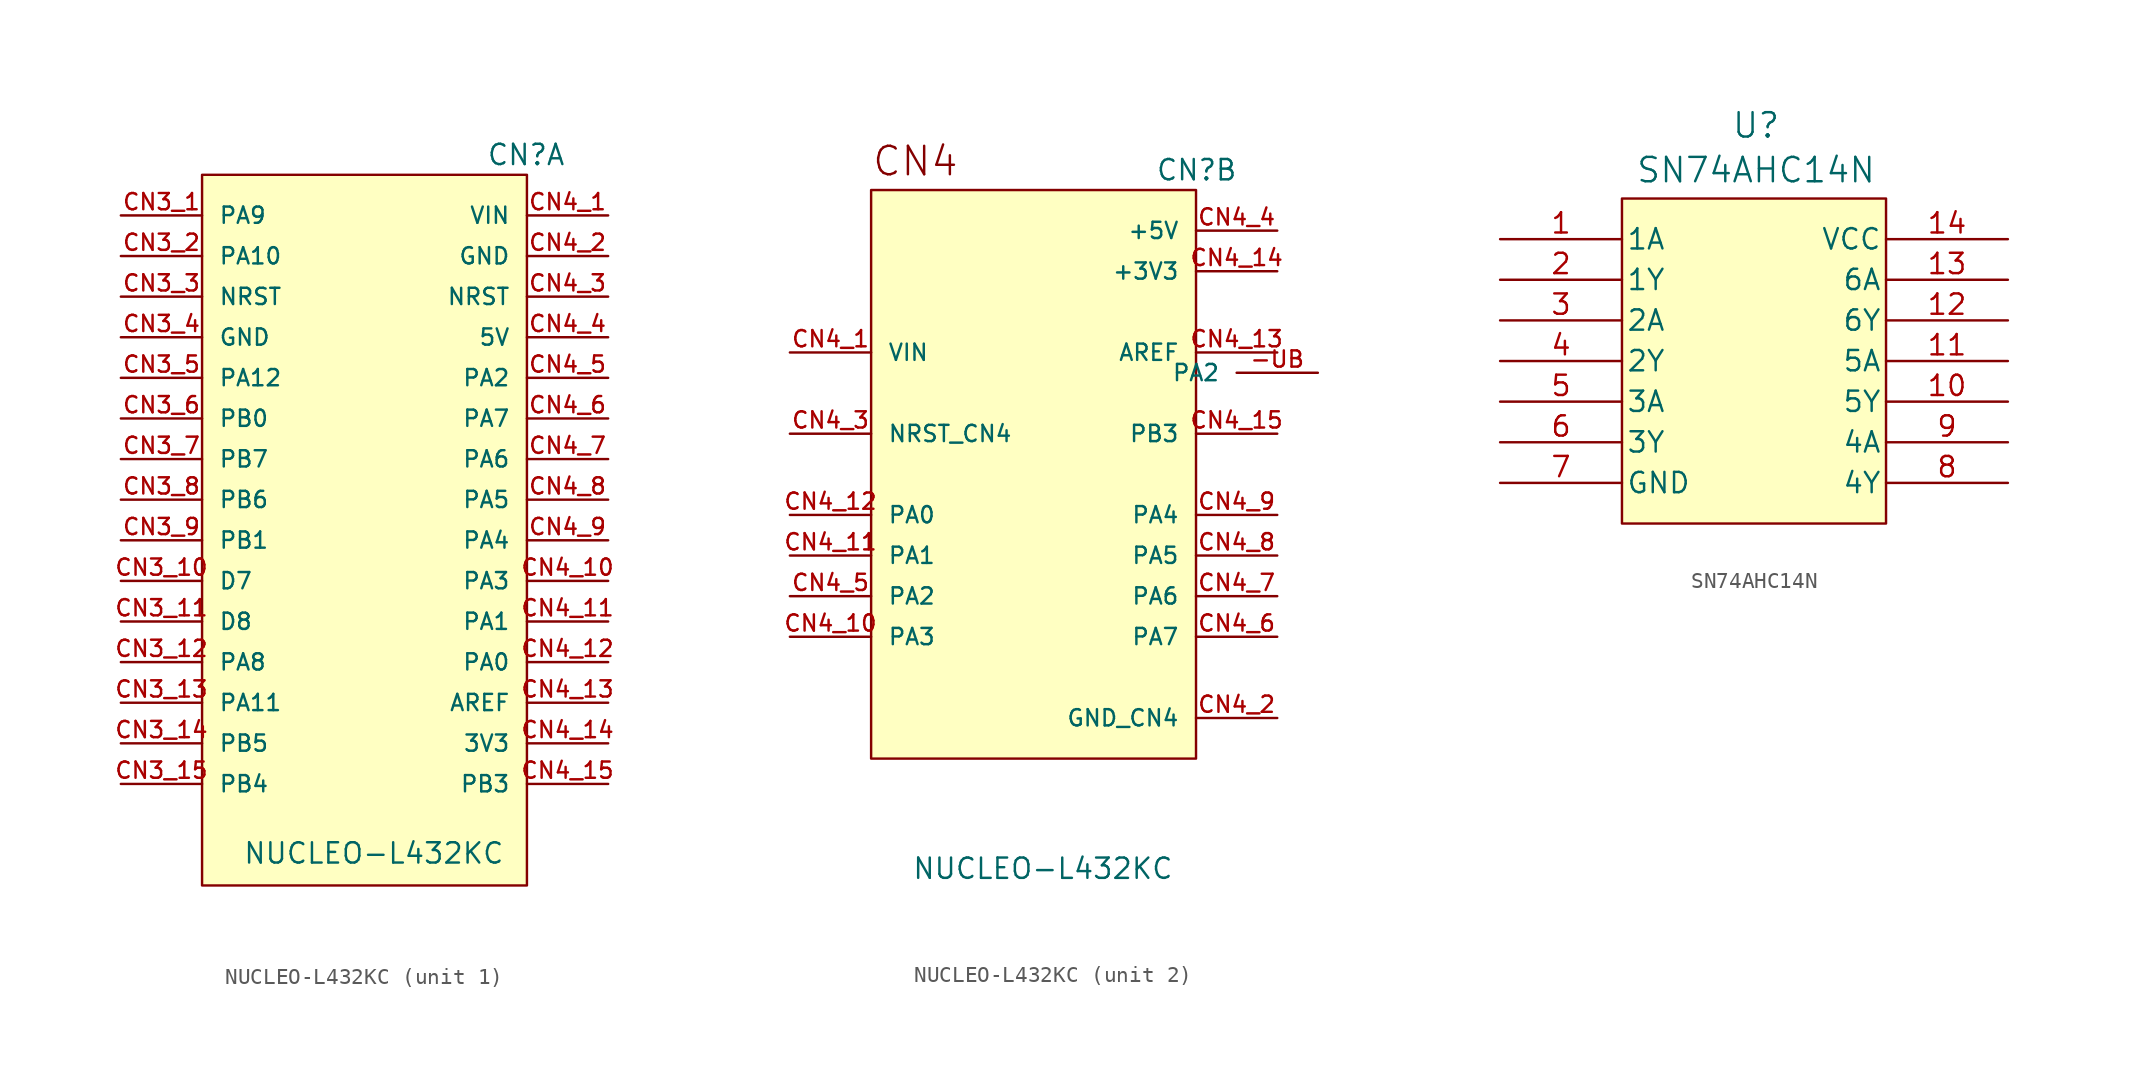
<source format=kicad_sym>
(kicad_symbol_lib
  (version 20231120)
  (generator "kicad_symbol_editor")
  (generator_version "8.0")
  (symbol "NUCLEO-L432KC"
    (pin_names
      (offset 1.016))
    (property "Reference" "CN"
      (at 7.62 18.288 0)
      (effects (font (size 1.27 1.27)) (justify left bottom)))
    (property "Value" "NUCLEO-L432KC"
      (at -7.62 -25.4 0)
      (effects (font (size 1.27 1.27)) (justify left bottom)))
    (symbol "NUCLEO-L432KC_1_0"
      (rectangle (start -10.16 17.78) (end 10.16 -26.67) (stroke (width 0.152) (type default)) (fill (type background)))
      (pin bidirectional line (at -15.24 15.24 0) (length 5.08) (name "PA9" (effects (font (size 1.016 1.016)))) (number "CN3_1" (effects (font (size 1.016 1.016)))))
      (pin bidirectional line (at -15.24 -12.7 0) (length 5.08) (name "PA8" (effects (font (size 1.016 1.016)))) (number "CN3_12" (effects (font (size 1.016 1.016)))))
      (pin bidirectional line (at -15.24 -15.24 0) (length 5.08) (name "PA11" (effects (font (size 1.016 1.016)))) (number "CN3_13" (effects (font (size 1.016 1.016)))))
      (pin bidirectional line (at -15.24 -17.78 0) (length 5.08) (name "PB5" (effects (font (size 1.016 1.016)))) (number "CN3_14" (effects (font (size 1.016 1.016)))))
      (pin bidirectional line (at -15.24 -20.32 0) (length 5.08) (name "PB4" (effects (font (size 1.016 1.016)))) (number "CN3_15" (effects (font (size 1.016 1.016)))))
      (pin bidirectional line (at -15.24 12.7 0) (length 5.08) (name "PA10" (effects (font (size 1.016 1.016)))) (number "CN3_2" (effects (font (size 1.016 1.016)))))
      (pin bidirectional line (at -15.24 5.08 0) (length 5.08) (name "PA12" (effects (font (size 1.016 1.016)))) (number "CN3_5" (effects (font (size 1.016 1.016)))))
      (pin bidirectional line (at -15.24 2.54 0) (length 5.08) (name "PB0" (effects (font (size 1.016 1.016)))) (number "CN3_6" (effects (font (size 1.016 1.016)))))
      (pin bidirectional line (at -15.24 0 0) (length 5.08) (name "PB7" (effects (font (size 1.016 1.016)))) (number "CN3_7" (effects (font (size 1.016 1.016)))))
      (pin bidirectional line (at -15.24 -2.54 0) (length 5.08) (name "PB6" (effects (font (size 1.016 1.016)))) (number "CN3_8" (effects (font (size 1.016 1.016)))))
      (pin bidirectional line (at -15.24 -5.08 0) (length 5.08) (name "PB1" (effects (font (size 1.016 1.016)))) (number "CN3_9" (effects (font (size 1.016 1.016))))))
    (symbol "NUCLEO-L432KC_1_1"
      (pin bidirectional line (at -15.24 -7.62 0) (length 5.08) (name "D7" (effects (font (size 1.016 1.016)))) (number "CN3_10" (effects (font (size 1.016 1.016)))))
      (pin bidirectional line (at -15.24 -10.16 0) (length 5.08) (name "D8" (effects (font (size 1.016 1.016)))) (number "CN3_11" (effects (font (size 1.016 1.016)))))
      (pin bidirectional line (at -15.24 10.16 0) (length 5.08) (name "NRST" (effects (font (size 1.016 1.016)))) (number "CN3_3" (effects (font (size 1.016 1.016)))))
      (pin power_in line (at -15.24 7.62 0) (length 5.08) (name "GND" (effects (font (size 1.016 1.016)))) (number "CN3_4" (effects (font (size 1.016 1.016)))))
      (pin power_in line (at 15.24 15.24 180) (length 5.08) (name "VIN" (effects (font (size 1.016 1.016)))) (number "CN4_1" (effects (font (size 1.016 1.016)))))
      (pin bidirectional line (at 15.24 -7.62 180) (length 5.08) (name "PA3" (effects (font (size 1.016 1.016)))) (number "CN4_10" (effects (font (size 1.016 1.016)))))
      (pin bidirectional line (at 15.24 -10.16 180) (length 5.08) (name "PA1" (effects (font (size 1.016 1.016)))) (number "CN4_11" (effects (font (size 1.016 1.016)))))
      (pin bidirectional line (at 15.24 -12.7 180) (length 5.08) (name "PA0" (effects (font (size 1.016 1.016)))) (number "CN4_12" (effects (font (size 1.016 1.016)))))
      (pin bidirectional line (at 15.24 -15.24 180) (length 5.08) (name "AREF" (effects (font (size 1.016 1.016)))) (number "CN4_13" (effects (font (size 1.016 1.016)))))
      (pin power_out line (at 15.24 -17.78 180) (length 5.08) (name "3V3" (effects (font (size 1.016 1.016)))) (number "CN4_14" (effects (font (size 1.016 1.016)))))
      (pin bidirectional line (at 15.24 -20.32 180) (length 5.08) (name "PB3" (effects (font (size 1.016 1.016)))) (number "CN4_15" (effects (font (size 1.016 1.016)))))
      (pin power_in line (at 15.24 12.7 180) (length 5.08) (name "GND" (effects (font (size 1.016 1.016)))) (number "CN4_2" (effects (font (size 1.016 1.016)))))
      (pin bidirectional line (at 15.24 10.16 180) (length 5.08) (name "NRST" (effects (font (size 1.016 1.016)))) (number "CN4_3" (effects (font (size 1.016 1.016)))))
      (pin power_out line (at 15.24 7.62 180) (length 5.08) (name "5V" (effects (font (size 1.016 1.016)))) (number "CN4_4" (effects (font (size 1.016 1.016)))))
      (pin bidirectional line (at 15.24 5.08 180) (length 5.08) (name "PA2" (effects (font (size 1.016 1.016)))) (number "CN4_5" (effects (font (size 1.016 1.016)))))
      (pin bidirectional line (at 15.24 2.54 180) (length 5.08) (name "PA7" (effects (font (size 1.016 1.016)))) (number "CN4_6" (effects (font (size 1.016 1.016)))))
      (pin bidirectional line (at 15.24 0 180) (length 5.08) (name "PA6" (effects (font (size 1.016 1.016)))) (number "CN4_7" (effects (font (size 1.016 1.016)))))
      (pin bidirectional line (at 15.24 -2.54 180) (length 5.08) (name "PA5" (effects (font (size 1.016 1.016)))) (number "CN4_8" (effects (font (size 1.016 1.016)))))
      (pin bidirectional line (at 15.24 -5.08 180) (length 5.08) (name "PA4" (effects (font (size 1.016 1.016)))) (number "CN4_9" (effects (font (size 1.016 1.016))))))
    (symbol "NUCLEO-L432KC_2_0"
      (rectangle (start -10.16 -17.78) (end 10.16 17.78) (stroke (width 0.152) (type default)) (fill (type background)))
      (text "CN4" (at -10.16 18.542 0) (effects (font (size 1.778 1.778)) (justify left bottom)))
      (pin input line (at -15.24 7.62 0) (length 5.08) (name "VIN" (effects (font (size 1.016 1.016)))) (number "CN4_1" (effects (font (size 1.016 1.016)))))
      (pin bidirectional line (at -15.24 -10.16 0) (length 5.08) (name "PA3" (effects (font (size 1.016 1.016)))) (number "CN4_10" (effects (font (size 1.016 1.016)))))
      (pin bidirectional line (at -15.24 -5.08 0) (length 5.08) (name "PA1" (effects (font (size 1.016 1.016)))) (number "CN4_11" (effects (font (size 1.016 1.016)))))
      (pin bidirectional line (at -15.24 -2.54 0) (length 5.08) (name "PA0" (effects (font (size 1.016 1.016)))) (number "CN4_12" (effects (font (size 1.016 1.016)))))
      (pin bidirectional line (at 15.24 7.62 180) (length 5.08) (name "AREF" (effects (font (size 1.016 1.016)))) (number "CN4_13" (effects (font (size 1.016 1.016)))))
      (pin power_in line (at 15.24 12.7 180) (length 5.08) (name "+3V3" (effects (font (size 1.016 1.016)))) (number "CN4_14" (effects (font (size 1.016 1.016)))))
      (pin bidirectional line (at 15.24 2.54 180) (length 5.08) (name "PB3" (effects (font (size 1.016 1.016)))) (number "CN4_15" (effects (font (size 1.016 1.016)))))
      (pin power_in line (at 15.24 -15.24 180) (length 5.08) (name "GND_CN4" (effects (font (size 1.016 1.016)))) (number "CN4_2" (effects (font (size 1.016 1.016)))))
      (pin bidirectional line (at -15.24 2.54 0) (length 5.08) (name "NRST_CN4" (effects (font (size 1.016 1.016)))) (number "CN4_3" (effects (font (size 1.016 1.016)))))
      (pin power_in line (at 15.24 15.24 180) (length 5.08) (name "+5V" (effects (font (size 1.016 1.016)))) (number "CN4_4" (effects (font (size 1.016 1.016)))))
      (pin bidirectional line (at -15.24 -7.62 0) (length 5.08) (name "PA2" (effects (font (size 1.016 1.016)))) (number "CN4_5" (effects (font (size 1.016 1.016)))))
      (pin bidirectional line (at 15.24 -10.16 180) (length 5.08) (name "PA7" (effects (font (size 1.016 1.016)))) (number "CN4_6" (effects (font (size 1.016 1.016)))))
      (pin bidirectional line (at 15.24 -7.62 180) (length 5.08) (name "PA6" (effects (font (size 1.016 1.016)))) (number "CN4_7" (effects (font (size 1.016 1.016)))))
      (pin bidirectional line (at 15.24 -5.08 180) (length 5.08) (name "PA5" (effects (font (size 1.016 1.016)))) (number "CN4_8" (effects (font (size 1.016 1.016)))))
      (pin bidirectional line (at 15.24 -2.54 180) (length 5.08) (name "PA4" (effects (font (size 1.016 1.016)))) (number "CN4_9" (effects (font (size 1.016 1.016))))))
    (symbol "NUCLEO-L432KC_2_1"
      (pin bidirectional line (at 17.78 6.35 180) (length 5.08) (name "PA2" (effects (font (size 1.016 1.016)))) (number "-UB" (effects (font (size 1.016 1.016)))))))
  (symbol "SN74AHC14N"
    (pin_names
      (offset 0.254))
    (property "Reference" "U"
      (at 16.002 7.112 0)
      (effects (font (size 1.524 1.524))))
    (property "Value" "SN74AHC14N"
      (at 16.002 4.318 0)
      (effects (font (size 1.524 1.524))))
    (property "ki_locked" ""
      (at 0 0 0)
      (effects (font (size 1.27 1.27))))
    (symbol "SN74AHC14N_0_1"
      (pin input line (at 0 0 0) (length 7.62) (name "1A" (effects (font (size 1.27 1.27)))) (number "1" (effects (font (size 1.27 1.27)))))
      (pin output line (at 31.75 -10.16 180) (length 7.62) (name "5Y" (effects (font (size 1.27 1.27)))) (number "10" (effects (font (size 1.27 1.27)))))
      (pin input line (at 31.75 -7.62 180) (length 7.62) (name "5A" (effects (font (size 1.27 1.27)))) (number "11" (effects (font (size 1.27 1.27)))))
      (pin output line (at 31.75 -5.08 180) (length 7.62) (name "6Y" (effects (font (size 1.27 1.27)))) (number "12" (effects (font (size 1.27 1.27)))))
      (pin input line (at 31.75 -2.54 180) (length 7.62) (name "6A" (effects (font (size 1.27 1.27)))) (number "13" (effects (font (size 1.27 1.27)))))
      (pin power_in line (at 31.75 0 180) (length 7.62) (name "VCC" (effects (font (size 1.27 1.27)))) (number "14" (effects (font (size 1.27 1.27)))))
      (pin output line (at 0 -2.54 0) (length 7.62) (name "1Y" (effects (font (size 1.27 1.27)))) (number "2" (effects (font (size 1.27 1.27)))))
      (pin input line (at 0 -5.08 0) (length 7.62) (name "2A" (effects (font (size 1.27 1.27)))) (number "3" (effects (font (size 1.27 1.27)))))
      (pin output line (at 0 -7.62 0) (length 7.62) (name "2Y" (effects (font (size 1.27 1.27)))) (number "4" (effects (font (size 1.27 1.27)))))
      (pin input line (at 0 -10.16 0) (length 7.62) (name "3A" (effects (font (size 1.27 1.27)))) (number "5" (effects (font (size 1.27 1.27)))))
      (pin output line (at 0 -12.7 0) (length 7.62) (name "3Y" (effects (font (size 1.27 1.27)))) (number "6" (effects (font (size 1.27 1.27)))))
      (pin power_in line (at 0 -15.24 0) (length 7.62) (name "GND" (effects (font (size 1.27 1.27)))) (number "7" (effects (font (size 1.27 1.27)))))
      (pin output line (at 31.75 -15.24 180) (length 7.62) (name "4Y" (effects (font (size 1.27 1.27)))) (number "8" (effects (font (size 1.27 1.27)))))
      (pin input line (at 31.75 -12.7 180) (length 7.62) (name "4A" (effects (font (size 1.27 1.27)))) (number "9" (effects (font (size 1.27 1.27))))))
    (symbol "SN74AHC14N_1_1"
      (rectangle (start 7.62 2.54) (end 24.13 -17.78) (stroke (width 0) (type default)) (fill (type background))))))
</source>
